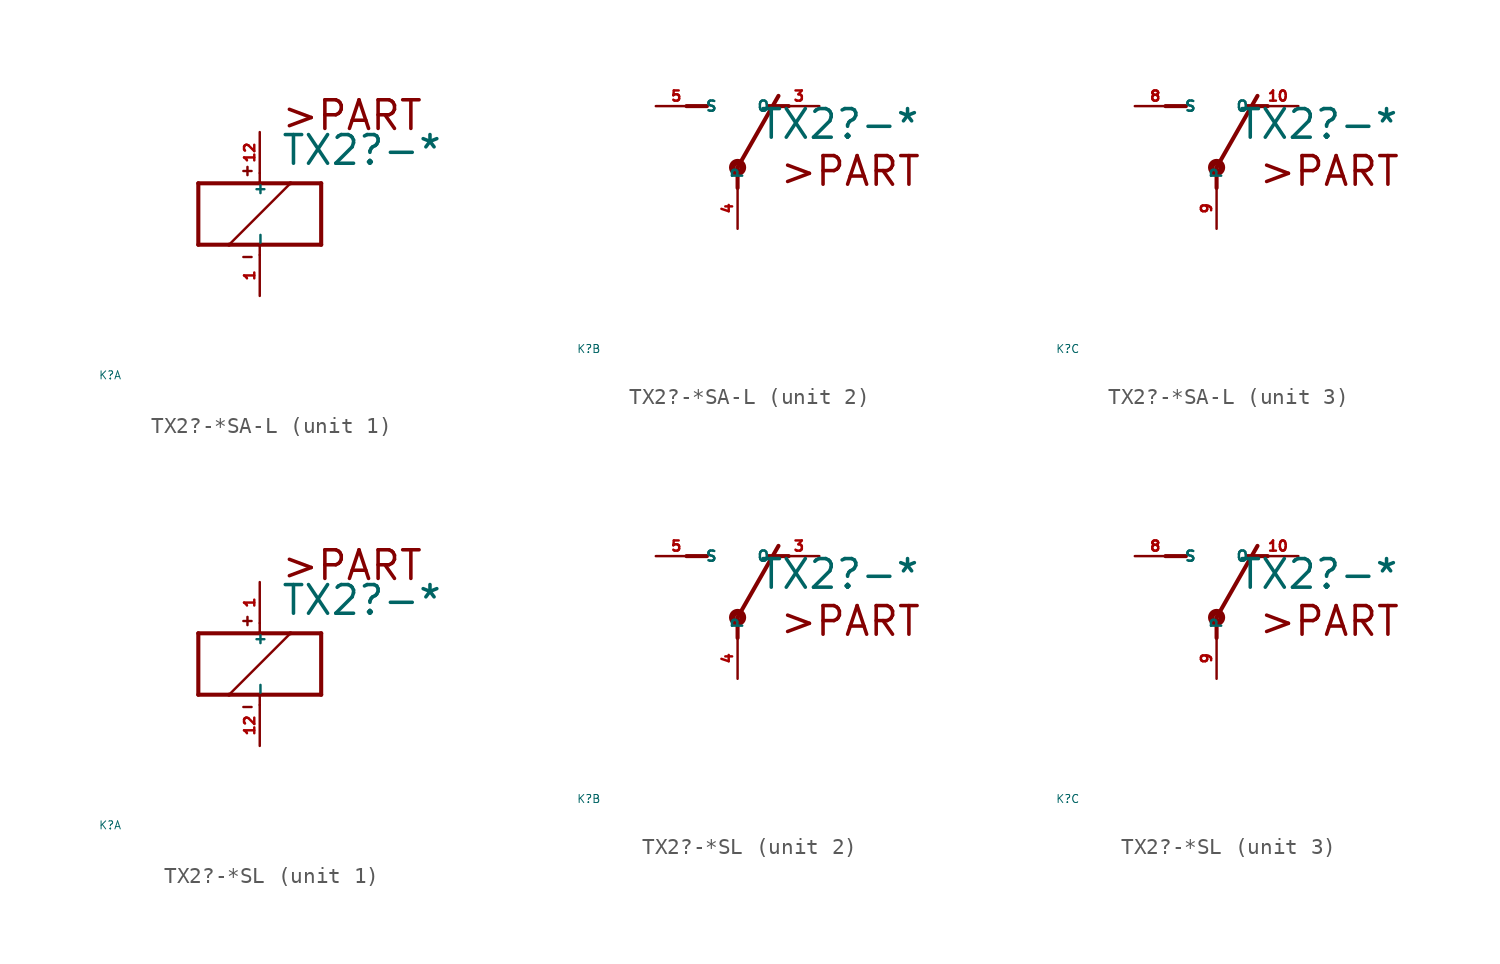
<source format=kicad_sym>
(kicad_symbol_lib
  (version 20220914)
  (generator Eagle2Kicad)
  (symbol "TX2?-*SA-L"
    (property "Reference" "K"
      (at -10 -10 0)
      (effects (font (size 0.5 0.5) (thickness 0.06)) (justify left)))
    (property "Value" "TX2?-*"
      (at 1.27 2.921 0)
      (effects (font (size 1.778 1.778) (thickness 0.22)) (justify left bottom)))
    (symbol "TX2?-*SA-L_1_0"
      (polyline (pts (xy -3.81 -1.905) (xy -1.905 -1.905)) (stroke (width 0.254) (type default)) (fill (type none)))
      (polyline (pts (xy 3.81 -1.905) (xy 3.81 1.905)) (stroke (width 0.254) (type default)) (fill (type none)))
      (polyline (pts (xy 3.81 1.905) (xy 1.905 1.905)) (stroke (width 0.254) (type default)) (fill (type none)))
      (polyline (pts (xy -3.81 1.905) (xy -3.81 -1.905)) (stroke (width 0.254) (type default)) (fill (type none)))
      (polyline (pts (xy 0 -2.54) (xy 0 -1.905)) (stroke (width 0.152) (type default)) (fill (type none)))
      (polyline (pts (xy 0 -1.905) (xy 3.81 -1.905)) (stroke (width 0.254) (type default)) (fill (type none)))
      (polyline (pts (xy 0 2.54) (xy 0 1.905)) (stroke (width 0.152) (type default)) (fill (type none)))
      (polyline (pts (xy 0 1.905) (xy -3.81 1.905)) (stroke (width 0.254) (type default)) (fill (type none)))
      (polyline (pts (xy -1.905 -1.905) (xy 1.905 1.905)) (stroke (width 0.152) (type default)) (fill (type none)))
      (polyline (pts (xy -1.905 -1.905) (xy 0 -1.905)) (stroke (width 0.254) (type default)) (fill (type none)))
      (polyline (pts (xy 1.905 1.905) (xy 0 1.905)) (stroke (width 0.254) (type default)) (fill (type none)))
      (polyline (pts (xy -1.016 2.667) (xy -0.508 2.667)) (stroke (width 0.152) (type default)) (fill (type none)))
      (polyline (pts (xy -0.762 2.921) (xy -0.762 2.413)) (stroke (width 0.152) (type default)) (fill (type none)))
      (polyline (pts (xy -1.016 -2.667) (xy -0.508 -2.667)) (stroke (width 0.152) (type default)) (fill (type none)))
      (text ">PART" (at 1.27 5.08 0) (effects (font (size 1.778 1.778) (thickness 0.22)) (justify left bottom)))
      (pin passive line (at 0 -5.08 90) (length 2.54) (name "-" (effects (font (size 0.635 0.635) (thickness 0.08)) (justify left bottom))) (number "1" (effects (font (size 0.635 0.635) (thickness 0.08)) (justify left bottom))))
      (pin passive line (at 0 5.08 270) (length 2.54) (name "+" (effects (font (size 0.635 0.635) (thickness 0.08)) (justify left bottom))) (number "12" (effects (font (size 0.635 0.635) (thickness 0.08)) (justify left bottom)))))
    (symbol "TX2?-*SA-L_2_0"
      (polyline (pts (xy 3.175 5.08) (xy 1.905 5.08)) (stroke (width 0.254) (type default)) (fill (type none)))
      (polyline (pts (xy -3.175 5.08) (xy -1.905 5.08)) (stroke (width 0.254) (type default)) (fill (type none)))
      (polyline (pts (xy 0 1.27) (xy 2.54 5.715)) (stroke (width 0.254) (type default)) (fill (type none)))
      (polyline (pts (xy 0 1.27) (xy 0 0)) (stroke (width 0.254) (type default)) (fill (type none)))
      (text ">PART" (at 2.54 0 0) (effects (font (size 1.778 1.778) (thickness 0.22)) (justify left bottom)))
      (circle (center 0 1.27) (radius 0.127) (stroke (width 0.406) (type default)) (fill (type none)))
      (pin passive line (at 5.08 5.08 180) (length 2.54) (name "O" (effects (font (size 0.635 0.635) (thickness 0.08)) (justify left bottom))) (number "3" (effects (font (size 0.635 0.635) (thickness 0.08)) (justify left bottom))))
      (pin passive line (at -5.08 5.08 0) (length 2.54) (name "S" (effects (font (size 0.635 0.635) (thickness 0.08)) (justify left bottom))) (number "5" (effects (font (size 0.635 0.635) (thickness 0.08)) (justify left bottom))))
      (pin passive line (at 0 -2.54 90) (length 2.54) (name "P" (effects (font (size 0.635 0.635) (thickness 0.08)) (justify left bottom))) (number "4" (effects (font (size 0.635 0.635) (thickness 0.08)) (justify left bottom)))))
    (symbol "TX2?-*SA-L_3_0"
      (polyline (pts (xy 3.175 5.08) (xy 1.905 5.08)) (stroke (width 0.254) (type default)) (fill (type none)))
      (polyline (pts (xy -3.175 5.08) (xy -1.905 5.08)) (stroke (width 0.254) (type default)) (fill (type none)))
      (polyline (pts (xy 0 1.27) (xy 2.54 5.715)) (stroke (width 0.254) (type default)) (fill (type none)))
      (polyline (pts (xy 0 1.27) (xy 0 0)) (stroke (width 0.254) (type default)) (fill (type none)))
      (text ">PART" (at 2.54 0 0) (effects (font (size 1.778 1.778) (thickness 0.22)) (justify left bottom)))
      (circle (center 0 1.27) (radius 0.127) (stroke (width 0.406) (type default)) (fill (type none)))
      (pin passive line (at 5.08 5.08 180) (length 2.54) (name "O" (effects (font (size 0.635 0.635) (thickness 0.08)) (justify left bottom))) (number "10" (effects (font (size 0.635 0.635) (thickness 0.08)) (justify left bottom))))
      (pin passive line (at -5.08 5.08 0) (length 2.54) (name "S" (effects (font (size 0.635 0.635) (thickness 0.08)) (justify left bottom))) (number "8" (effects (font (size 0.635 0.635) (thickness 0.08)) (justify left bottom))))
      (pin passive line (at 0 -2.54 90) (length 2.54) (name "P" (effects (font (size 0.635 0.635) (thickness 0.08)) (justify left bottom))) (number "9" (effects (font (size 0.635 0.635) (thickness 0.08)) (justify left bottom))))))
  (symbol "TX2?-*SL"
    (property "Reference" "K"
      (at -10 -10 0)
      (effects (font (size 0.5 0.5) (thickness 0.06)) (justify left)))
    (property "Value" "TX2?-*"
      (at 1.27 2.921 0)
      (effects (font (size 1.778 1.778) (thickness 0.22)) (justify left bottom)))
    (symbol "TX2?-*SL_1_0"
      (polyline (pts (xy -3.81 -1.905) (xy -1.905 -1.905)) (stroke (width 0.254) (type default)) (fill (type none)))
      (polyline (pts (xy 3.81 -1.905) (xy 3.81 1.905)) (stroke (width 0.254) (type default)) (fill (type none)))
      (polyline (pts (xy 3.81 1.905) (xy 1.905 1.905)) (stroke (width 0.254) (type default)) (fill (type none)))
      (polyline (pts (xy -3.81 1.905) (xy -3.81 -1.905)) (stroke (width 0.254) (type default)) (fill (type none)))
      (polyline (pts (xy 0 -2.54) (xy 0 -1.905)) (stroke (width 0.152) (type default)) (fill (type none)))
      (polyline (pts (xy 0 -1.905) (xy 3.81 -1.905)) (stroke (width 0.254) (type default)) (fill (type none)))
      (polyline (pts (xy 0 2.54) (xy 0 1.905)) (stroke (width 0.152) (type default)) (fill (type none)))
      (polyline (pts (xy 0 1.905) (xy -3.81 1.905)) (stroke (width 0.254) (type default)) (fill (type none)))
      (polyline (pts (xy -1.905 -1.905) (xy 1.905 1.905)) (stroke (width 0.152) (type default)) (fill (type none)))
      (polyline (pts (xy -1.905 -1.905) (xy 0 -1.905)) (stroke (width 0.254) (type default)) (fill (type none)))
      (polyline (pts (xy 1.905 1.905) (xy 0 1.905)) (stroke (width 0.254) (type default)) (fill (type none)))
      (polyline (pts (xy -1.016 2.667) (xy -0.508 2.667)) (stroke (width 0.152) (type default)) (fill (type none)))
      (polyline (pts (xy -0.762 2.921) (xy -0.762 2.413)) (stroke (width 0.152) (type default)) (fill (type none)))
      (polyline (pts (xy -1.016 -2.667) (xy -0.508 -2.667)) (stroke (width 0.152) (type default)) (fill (type none)))
      (text ">PART" (at 1.27 5.08 0) (effects (font (size 1.778 1.778) (thickness 0.22)) (justify left bottom)))
      (pin passive line (at 0 -5.08 90) (length 2.54) (name "-" (effects (font (size 0.635 0.635) (thickness 0.08)) (justify left bottom))) (number "12" (effects (font (size 0.635 0.635) (thickness 0.08)) (justify left bottom))))
      (pin passive line (at 0 5.08 270) (length 2.54) (name "+" (effects (font (size 0.635 0.635) (thickness 0.08)) (justify left bottom))) (number "1" (effects (font (size 0.635 0.635) (thickness 0.08)) (justify left bottom)))))
    (symbol "TX2?-*SL_2_0"
      (polyline (pts (xy 3.175 5.08) (xy 1.905 5.08)) (stroke (width 0.254) (type default)) (fill (type none)))
      (polyline (pts (xy -3.175 5.08) (xy -1.905 5.08)) (stroke (width 0.254) (type default)) (fill (type none)))
      (polyline (pts (xy 0 1.27) (xy 2.54 5.715)) (stroke (width 0.254) (type default)) (fill (type none)))
      (polyline (pts (xy 0 1.27) (xy 0 0)) (stroke (width 0.254) (type default)) (fill (type none)))
      (text ">PART" (at 2.54 0 0) (effects (font (size 1.778 1.778) (thickness 0.22)) (justify left bottom)))
      (circle (center 0 1.27) (radius 0.127) (stroke (width 0.406) (type default)) (fill (type none)))
      (pin passive line (at 5.08 5.08 180) (length 2.54) (name "O" (effects (font (size 0.635 0.635) (thickness 0.08)) (justify left bottom))) (number "3" (effects (font (size 0.635 0.635) (thickness 0.08)) (justify left bottom))))
      (pin passive line (at -5.08 5.08 0) (length 2.54) (name "S" (effects (font (size 0.635 0.635) (thickness 0.08)) (justify left bottom))) (number "5" (effects (font (size 0.635 0.635) (thickness 0.08)) (justify left bottom))))
      (pin passive line (at 0 -2.54 90) (length 2.54) (name "P" (effects (font (size 0.635 0.635) (thickness 0.08)) (justify left bottom))) (number "4" (effects (font (size 0.635 0.635) (thickness 0.08)) (justify left bottom)))))
    (symbol "TX2?-*SL_3_0"
      (polyline (pts (xy 3.175 5.08) (xy 1.905 5.08)) (stroke (width 0.254) (type default)) (fill (type none)))
      (polyline (pts (xy -3.175 5.08) (xy -1.905 5.08)) (stroke (width 0.254) (type default)) (fill (type none)))
      (polyline (pts (xy 0 1.27) (xy 2.54 5.715)) (stroke (width 0.254) (type default)) (fill (type none)))
      (polyline (pts (xy 0 1.27) (xy 0 0)) (stroke (width 0.254) (type default)) (fill (type none)))
      (text ">PART" (at 2.54 0 0) (effects (font (size 1.778 1.778) (thickness 0.22)) (justify left bottom)))
      (circle (center 0 1.27) (radius 0.127) (stroke (width 0.406) (type default)) (fill (type none)))
      (pin passive line (at 5.08 5.08 180) (length 2.54) (name "O" (effects (font (size 0.635 0.635) (thickness 0.08)) (justify left bottom))) (number "10" (effects (font (size 0.635 0.635) (thickness 0.08)) (justify left bottom))))
      (pin passive line (at -5.08 5.08 0) (length 2.54) (name "S" (effects (font (size 0.635 0.635) (thickness 0.08)) (justify left bottom))) (number "8" (effects (font (size 0.635 0.635) (thickness 0.08)) (justify left bottom))))
      (pin passive line (at 0 -2.54 90) (length 2.54) (name "P" (effects (font (size 0.635 0.635) (thickness 0.08)) (justify left bottom))) (number "9" (effects (font (size 0.635 0.635) (thickness 0.08)) (justify left bottom)))))))
</source>
